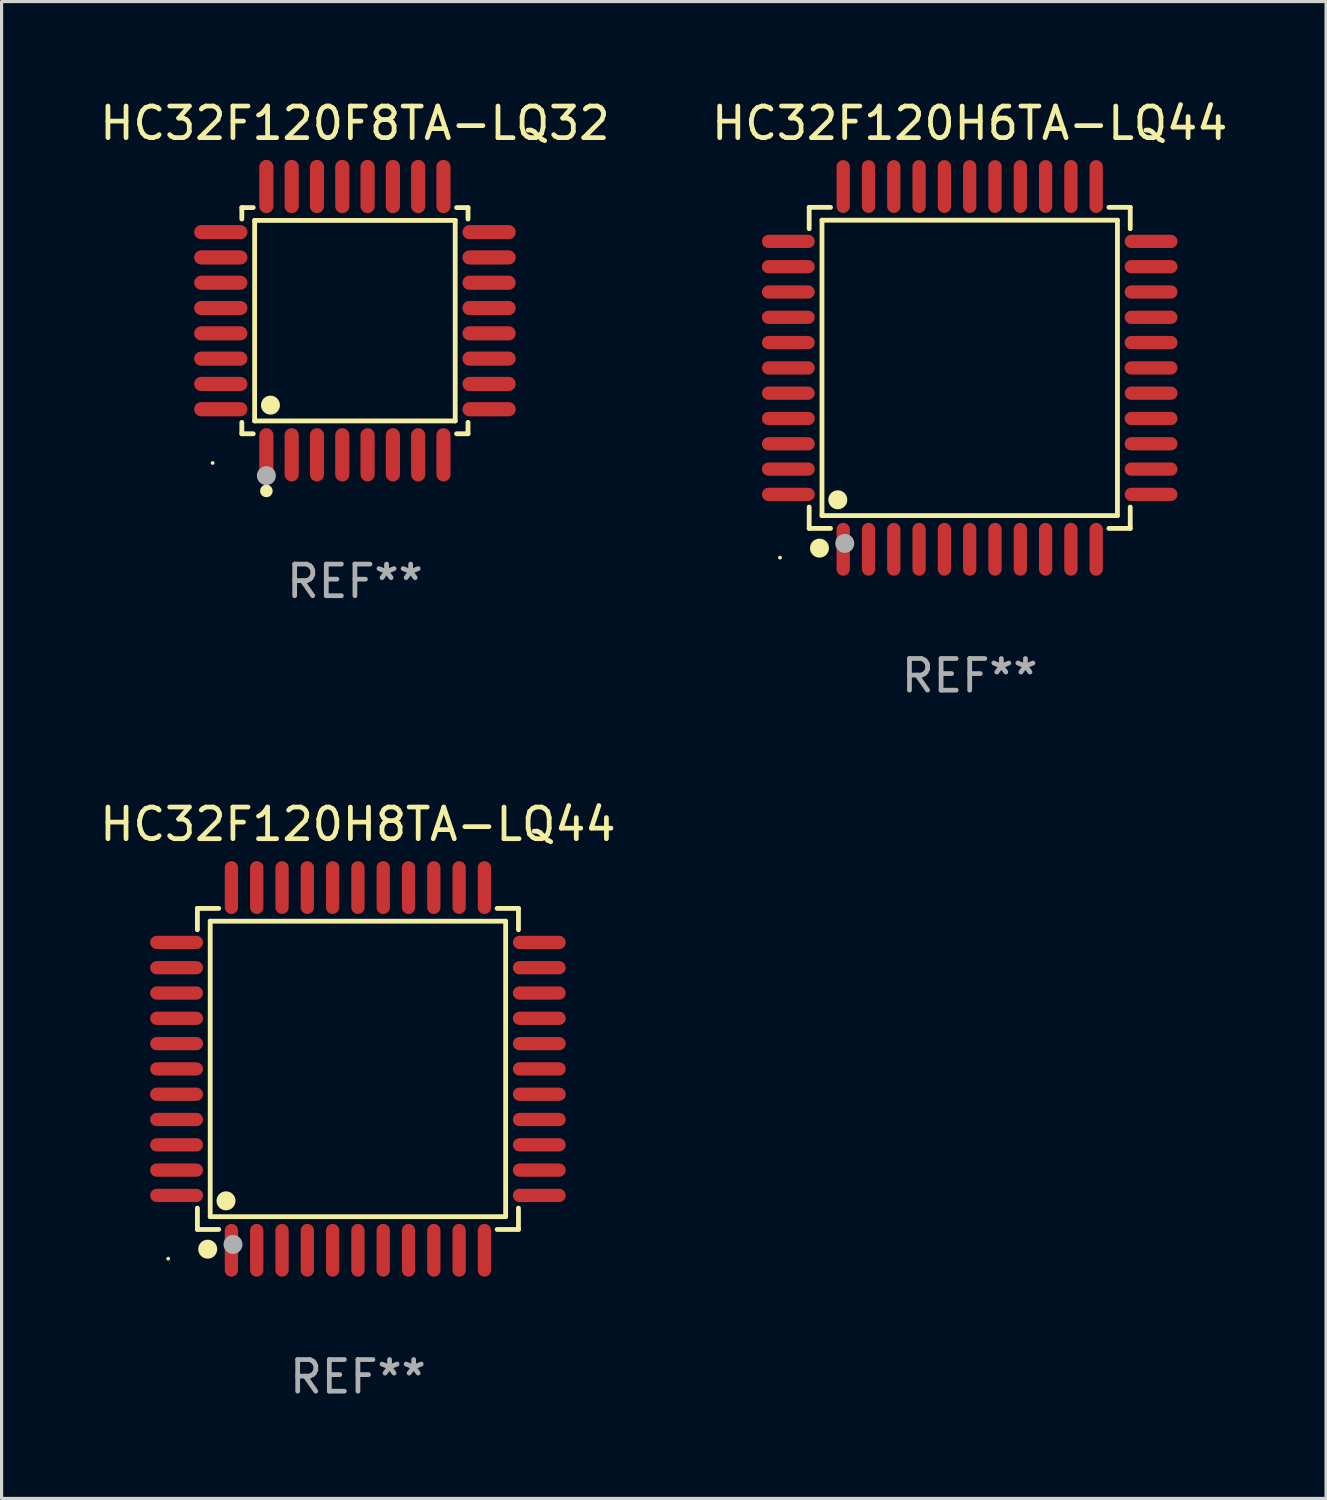
<source format=kicad_pcb>
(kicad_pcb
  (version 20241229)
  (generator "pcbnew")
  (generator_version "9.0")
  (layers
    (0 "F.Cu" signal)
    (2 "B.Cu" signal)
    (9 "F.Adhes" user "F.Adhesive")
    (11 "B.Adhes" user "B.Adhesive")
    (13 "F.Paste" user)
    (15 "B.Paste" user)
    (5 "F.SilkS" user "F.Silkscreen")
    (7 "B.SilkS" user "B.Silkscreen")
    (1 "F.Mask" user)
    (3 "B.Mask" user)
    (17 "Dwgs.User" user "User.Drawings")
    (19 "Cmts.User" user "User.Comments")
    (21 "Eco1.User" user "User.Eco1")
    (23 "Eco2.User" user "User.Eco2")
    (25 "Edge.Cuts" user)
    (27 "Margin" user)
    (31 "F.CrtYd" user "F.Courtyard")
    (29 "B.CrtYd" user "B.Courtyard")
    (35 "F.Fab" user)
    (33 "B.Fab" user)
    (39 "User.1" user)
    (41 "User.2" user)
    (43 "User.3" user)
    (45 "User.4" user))
  (footprint "HC32F120H8TA-LQ44"
    (layer "F.Cu")
    (at 8.268 30.75)
    (property "Reference" "HC32F120H8TA-LQ44" (at 0 -7.735 0) (layer "F.SilkS") (effects (font (size 1 1) (thickness 0.15))))
    (attr through_hole)
    (fp_line (start -5.076 -5.076) (end -4.401 -5.076) (stroke (width 0.152) (type solid)) (layer "F.SilkS"))
    (fp_line (start -5.076 -4.401) (end -5.076 -5.076) (stroke (width 0.152) (type solid)) (layer "F.SilkS"))
    (fp_line (start -5.076 4.401) (end -5.076 5.076) (stroke (width 0.152) (type solid)) (layer "F.SilkS"))
    (fp_line (start -5.076 5.076) (end -4.401 5.076) (stroke (width 0.152) (type solid)) (layer "F.SilkS"))
    (fp_line (start -4.671 -4.671) (end 4.671 -4.671) (stroke (width 0.152) (type solid)) (layer "F.SilkS"))
    (fp_line (start -4.671 4.671) (end -4.671 -4.671) (stroke (width 0.152) (type solid)) (layer "F.SilkS"))
    (fp_line (start 4.671 -4.671) (end 4.671 4.671) (stroke (width 0.152) (type solid)) (layer "F.SilkS"))
    (fp_line (start 4.671 4.671) (end -4.671 4.671) (stroke (width 0.152) (type solid)) (layer "F.SilkS"))
    (fp_line (start 5.076 -5.076) (end 4.401 -5.076) (stroke (width 0.152) (type solid)) (layer "F.SilkS"))
    (fp_line (start 5.076 -4.401) (end 5.076 -5.076) (stroke (width 0.152) (type solid)) (layer "F.SilkS"))
    (fp_line (start 5.076 4.401) (end 5.076 5.076) (stroke (width 0.152) (type solid)) (layer "F.SilkS"))
    (fp_line (start 5.076 5.076) (end 4.401 5.076) (stroke (width 0.152) (type solid)) (layer "F.SilkS"))
    (fp_circle (center -6 6) (end -5.97 6) (stroke (width 0.06) (type solid)) (fill no) (layer "F.SilkS"))
    (fp_circle (center -4.75 5.7) (end -4.6 5.7) (stroke (width 0.3) (type solid)) (fill no) (layer "F.SilkS"))
    (fp_circle (center -4.171 4.171) (end -4.021 4.171) (stroke (width 0.3) (type solid)) (fill no) (layer "F.SilkS"))
    (fp_circle (center -3.95 5.55) (end -3.8 5.55) (stroke (width 0.3) (type solid)) (fill no) (layer "F.Fab"))
    (fp_text user "REF**" (at 0 9.735 0) (layer "F.Fab") (effects (font (size 1 1) (thickness 0.15))))
    (pad "1" smd oval (at -4 5.735) (size 0.42 1.67) (layers "F.Cu" "F.Mask" "F.Paste"))
    (pad "2" smd oval (at -3.2 5.735) (size 0.42 1.67) (layers "F.Cu" "F.Mask" "F.Paste"))
    (pad "3" smd oval (at -2.4 5.735) (size 0.42 1.67) (layers "F.Cu" "F.Mask" "F.Paste"))
    (pad "4" smd oval (at -1.6 5.735) (size 0.42 1.67) (layers "F.Cu" "F.Mask" "F.Paste"))
    (pad "5" smd oval (at -0.8 5.735) (size 0.42 1.67) (layers "F.Cu" "F.Mask" "F.Paste"))
    (pad "6" smd oval (at 0 5.735) (size 0.42 1.67) (layers "F.Cu" "F.Mask" "F.Paste"))
    (pad "7" smd oval (at 0.8 5.735) (size 0.42 1.67) (layers "F.Cu" "F.Mask" "F.Paste"))
    (pad "8" smd oval (at 1.6 5.735) (size 0.42 1.67) (layers "F.Cu" "F.Mask" "F.Paste"))
    (pad "9" smd oval (at 2.4 5.735) (size 0.42 1.67) (layers "F.Cu" "F.Mask" "F.Paste"))
    (pad "10" smd oval (at 3.2 5.735) (size 0.42 1.67) (layers "F.Cu" "F.Mask" "F.Paste"))
    (pad "11" smd oval (at 4 5.735) (size 0.42 1.67) (layers "F.Cu" "F.Mask" "F.Paste"))
    (pad "12" smd oval (at 5.735 4) (size 1.67 0.42) (layers "F.Cu" "F.Mask" "F.Paste"))
    (pad "13" smd oval (at 5.735 3.2) (size 1.67 0.42) (layers "F.Cu" "F.Mask" "F.Paste"))
    (pad "14" smd oval (at 5.735 2.4) (size 1.67 0.42) (layers "F.Cu" "F.Mask" "F.Paste"))
    (pad "15" smd oval (at 5.735 1.6) (size 1.67 0.42) (layers "F.Cu" "F.Mask" "F.Paste"))
    (pad "16" smd oval (at 5.735 0.8) (size 1.67 0.42) (layers "F.Cu" "F.Mask" "F.Paste"))
    (pad "17" smd oval (at 5.735 0) (size 1.67 0.42) (layers "F.Cu" "F.Mask" "F.Paste"))
    (pad "18" smd oval (at 5.735 -0.8) (size 1.67 0.42) (layers "F.Cu" "F.Mask" "F.Paste"))
    (pad "19" smd oval (at 5.735 -1.6) (size 1.67 0.42) (layers "F.Cu" "F.Mask" "F.Paste"))
    (pad "20" smd oval (at 5.735 -2.4) (size 1.67 0.42) (layers "F.Cu" "F.Mask" "F.Paste"))
    (pad "21" smd oval (at 5.735 -3.2) (size 1.67 0.42) (layers "F.Cu" "F.Mask" "F.Paste"))
    (pad "22" smd oval (at 5.735 -4) (size 1.67 0.42) (layers "F.Cu" "F.Mask" "F.Paste"))
    (pad "23" smd oval (at 4 -5.735) (size 0.42 1.67) (layers "F.Cu" "F.Mask" "F.Paste"))
    (pad "24" smd oval (at 3.2 -5.735) (size 0.42 1.67) (layers "F.Cu" "F.Mask" "F.Paste"))
    (pad "25" smd oval (at 2.4 -5.735) (size 0.42 1.67) (layers "F.Cu" "F.Mask" "F.Paste"))
    (pad "26" smd oval (at 1.6 -5.735) (size 0.42 1.67) (layers "F.Cu" "F.Mask" "F.Paste"))
    (pad "27" smd oval (at 0.8 -5.735) (size 0.42 1.67) (layers "F.Cu" "F.Mask" "F.Paste"))
    (pad "28" smd oval (at 0 -5.735) (size 0.42 1.67) (layers "F.Cu" "F.Mask" "F.Paste"))
    (pad "29" smd oval (at -0.8 -5.735) (size 0.42 1.67) (layers "F.Cu" "F.Mask" "F.Paste"))
    (pad "30" smd oval (at -1.6 -5.735) (size 0.42 1.67) (layers "F.Cu" "F.Mask" "F.Paste"))
    (pad "31" smd oval (at -2.4 -5.735) (size 0.42 1.67) (layers "F.Cu" "F.Mask" "F.Paste"))
    (pad "32" smd oval (at -3.2 -5.735) (size 0.42 1.67) (layers "F.Cu" "F.Mask" "F.Paste"))
    (pad "33" smd oval (at -4 -5.735) (size 0.42 1.67) (layers "F.Cu" "F.Mask" "F.Paste"))
    (pad "34" smd oval (at -5.735 -4) (size 1.67 0.42) (layers "F.Cu" "F.Mask" "F.Paste"))
    (pad "35" smd oval (at -5.735 -3.2) (size 1.67 0.42) (layers "F.Cu" "F.Mask" "F.Paste"))
    (pad "36" smd oval (at -5.735 -2.4) (size 1.67 0.42) (layers "F.Cu" "F.Mask" "F.Paste"))
    (pad "37" smd oval (at -5.735 -1.6) (size 1.67 0.42) (layers "F.Cu" "F.Mask" "F.Paste"))
    (pad "38" smd oval (at -5.735 -0.8) (size 1.67 0.42) (layers "F.Cu" "F.Mask" "F.Paste"))
    (pad "39" smd oval (at -5.735 0) (size 1.67 0.42) (layers "F.Cu" "F.Mask" "F.Paste"))
    (pad "40" smd oval (at -5.735 0.8) (size 1.67 0.42) (layers "F.Cu" "F.Mask" "F.Paste"))
    (pad "41" smd oval (at -5.735 1.6) (size 1.67 0.42) (layers "F.Cu" "F.Mask" "F.Paste"))
    (pad "42" smd oval (at -5.735 2.4) (size 1.67 0.42) (layers "F.Cu" "F.Mask" "F.Paste"))
    (pad "43" smd oval (at -5.735 3.2) (size 1.67 0.42) (layers "F.Cu" "F.Mask" "F.Paste"))
    (pad "44" smd oval (at -5.735 4) (size 1.67 0.42) (layers "F.Cu" "F.Mask" "F.Paste")))
  (footprint "HC32F120H6TA-LQ44"
    (layer "F.Cu")
    (at 27.613 8.583)
    (property "Reference" "HC32F120H6TA-LQ44" (at 0 -7.735 0) (layer "F.SilkS") (effects (font (size 1 1) (thickness 0.15))))
    (attr through_hole)
    (fp_line (start -5.076 -5.076) (end -4.401 -5.076) (stroke (width 0.152) (type solid)) (layer "F.SilkS"))
    (fp_line (start -5.076 -4.401) (end -5.076 -5.076) (stroke (width 0.152) (type solid)) (layer "F.SilkS"))
    (fp_line (start -5.076 4.401) (end -5.076 5.076) (stroke (width 0.152) (type solid)) (layer "F.SilkS"))
    (fp_line (start -5.076 5.076) (end -4.401 5.076) (stroke (width 0.152) (type solid)) (layer "F.SilkS"))
    (fp_line (start -4.671 -4.671) (end 4.671 -4.671) (stroke (width 0.152) (type solid)) (layer "F.SilkS"))
    (fp_line (start -4.671 4.671) (end -4.671 -4.671) (stroke (width 0.152) (type solid)) (layer "F.SilkS"))
    (fp_line (start 4.671 -4.671) (end 4.671 4.671) (stroke (width 0.152) (type solid)) (layer "F.SilkS"))
    (fp_line (start 4.671 4.671) (end -4.671 4.671) (stroke (width 0.152) (type solid)) (layer "F.SilkS"))
    (fp_line (start 5.076 -5.076) (end 4.401 -5.076) (stroke (width 0.152) (type solid)) (layer "F.SilkS"))
    (fp_line (start 5.076 -4.401) (end 5.076 -5.076) (stroke (width 0.152) (type solid)) (layer "F.SilkS"))
    (fp_line (start 5.076 4.401) (end 5.076 5.076) (stroke (width 0.152) (type solid)) (layer "F.SilkS"))
    (fp_line (start 5.076 5.076) (end 4.401 5.076) (stroke (width 0.152) (type solid)) (layer "F.SilkS"))
    (fp_circle (center -6 6) (end -5.97 6) (stroke (width 0.06) (type solid)) (fill no) (layer "F.SilkS"))
    (fp_circle (center -4.75 5.7) (end -4.6 5.7) (stroke (width 0.3) (type solid)) (fill no) (layer "F.SilkS"))
    (fp_circle (center -4.171 4.171) (end -4.021 4.171) (stroke (width 0.3) (type solid)) (fill no) (layer "F.SilkS"))
    (fp_circle (center -3.95 5.55) (end -3.8 5.55) (stroke (width 0.3) (type solid)) (fill no) (layer "F.Fab"))
    (fp_text user "REF**" (at 0 9.735 0) (layer "F.Fab") (effects (font (size 1 1) (thickness 0.15))))
    (pad "1" smd oval (at -4 5.735) (size 0.42 1.67) (layers "F.Cu" "F.Mask" "F.Paste"))
    (pad "2" smd oval (at -3.2 5.735) (size 0.42 1.67) (layers "F.Cu" "F.Mask" "F.Paste"))
    (pad "3" smd oval (at -2.4 5.735) (size 0.42 1.67) (layers "F.Cu" "F.Mask" "F.Paste"))
    (pad "4" smd oval (at -1.6 5.735) (size 0.42 1.67) (layers "F.Cu" "F.Mask" "F.Paste"))
    (pad "5" smd oval (at -0.8 5.735) (size 0.42 1.67) (layers "F.Cu" "F.Mask" "F.Paste"))
    (pad "6" smd oval (at 0 5.735) (size 0.42 1.67) (layers "F.Cu" "F.Mask" "F.Paste"))
    (pad "7" smd oval (at 0.8 5.735) (size 0.42 1.67) (layers "F.Cu" "F.Mask" "F.Paste"))
    (pad "8" smd oval (at 1.6 5.735) (size 0.42 1.67) (layers "F.Cu" "F.Mask" "F.Paste"))
    (pad "9" smd oval (at 2.4 5.735) (size 0.42 1.67) (layers "F.Cu" "F.Mask" "F.Paste"))
    (pad "10" smd oval (at 3.2 5.735) (size 0.42 1.67) (layers "F.Cu" "F.Mask" "F.Paste"))
    (pad "11" smd oval (at 4 5.735) (size 0.42 1.67) (layers "F.Cu" "F.Mask" "F.Paste"))
    (pad "12" smd oval (at 5.735 4) (size 1.67 0.42) (layers "F.Cu" "F.Mask" "F.Paste"))
    (pad "13" smd oval (at 5.735 3.2) (size 1.67 0.42) (layers "F.Cu" "F.Mask" "F.Paste"))
    (pad "14" smd oval (at 5.735 2.4) (size 1.67 0.42) (layers "F.Cu" "F.Mask" "F.Paste"))
    (pad "15" smd oval (at 5.735 1.6) (size 1.67 0.42) (layers "F.Cu" "F.Mask" "F.Paste"))
    (pad "16" smd oval (at 5.735 0.8) (size 1.67 0.42) (layers "F.Cu" "F.Mask" "F.Paste"))
    (pad "17" smd oval (at 5.735 0) (size 1.67 0.42) (layers "F.Cu" "F.Mask" "F.Paste"))
    (pad "18" smd oval (at 5.735 -0.8) (size 1.67 0.42) (layers "F.Cu" "F.Mask" "F.Paste"))
    (pad "19" smd oval (at 5.735 -1.6) (size 1.67 0.42) (layers "F.Cu" "F.Mask" "F.Paste"))
    (pad "20" smd oval (at 5.735 -2.4) (size 1.67 0.42) (layers "F.Cu" "F.Mask" "F.Paste"))
    (pad "21" smd oval (at 5.735 -3.2) (size 1.67 0.42) (layers "F.Cu" "F.Mask" "F.Paste"))
    (pad "22" smd oval (at 5.735 -4) (size 1.67 0.42) (layers "F.Cu" "F.Mask" "F.Paste"))
    (pad "23" smd oval (at 4 -5.735) (size 0.42 1.67) (layers "F.Cu" "F.Mask" "F.Paste"))
    (pad "24" smd oval (at 3.2 -5.735) (size 0.42 1.67) (layers "F.Cu" "F.Mask" "F.Paste"))
    (pad "25" smd oval (at 2.4 -5.735) (size 0.42 1.67) (layers "F.Cu" "F.Mask" "F.Paste"))
    (pad "26" smd oval (at 1.6 -5.735) (size 0.42 1.67) (layers "F.Cu" "F.Mask" "F.Paste"))
    (pad "27" smd oval (at 0.8 -5.735) (size 0.42 1.67) (layers "F.Cu" "F.Mask" "F.Paste"))
    (pad "28" smd oval (at 0 -5.735) (size 0.42 1.67) (layers "F.Cu" "F.Mask" "F.Paste"))
    (pad "29" smd oval (at -0.8 -5.735) (size 0.42 1.67) (layers "F.Cu" "F.Mask" "F.Paste"))
    (pad "30" smd oval (at -1.6 -5.735) (size 0.42 1.67) (layers "F.Cu" "F.Mask" "F.Paste"))
    (pad "31" smd oval (at -2.4 -5.735) (size 0.42 1.67) (layers "F.Cu" "F.Mask" "F.Paste"))
    (pad "32" smd oval (at -3.2 -5.735) (size 0.42 1.67) (layers "F.Cu" "F.Mask" "F.Paste"))
    (pad "33" smd oval (at -4 -5.735) (size 0.42 1.67) (layers "F.Cu" "F.Mask" "F.Paste"))
    (pad "34" smd oval (at -5.735 -4) (size 1.67 0.42) (layers "F.Cu" "F.Mask" "F.Paste"))
    (pad "35" smd oval (at -5.735 -3.2) (size 1.67 0.42) (layers "F.Cu" "F.Mask" "F.Paste"))
    (pad "36" smd oval (at -5.735 -2.4) (size 1.67 0.42) (layers "F.Cu" "F.Mask" "F.Paste"))
    (pad "37" smd oval (at -5.735 -1.6) (size 1.67 0.42) (layers "F.Cu" "F.Mask" "F.Paste"))
    (pad "38" smd oval (at -5.735 -0.8) (size 1.67 0.42) (layers "F.Cu" "F.Mask" "F.Paste"))
    (pad "39" smd oval (at -5.735 0) (size 1.67 0.42) (layers "F.Cu" "F.Mask" "F.Paste"))
    (pad "40" smd oval (at -5.735 0.8) (size 1.67 0.42) (layers "F.Cu" "F.Mask" "F.Paste"))
    (pad "41" smd oval (at -5.735 1.6) (size 1.67 0.42) (layers "F.Cu" "F.Mask" "F.Paste"))
    (pad "42" smd oval (at -5.735 2.4) (size 1.67 0.42) (layers "F.Cu" "F.Mask" "F.Paste"))
    (pad "43" smd oval (at -5.735 3.2) (size 1.67 0.42) (layers "F.Cu" "F.Mask" "F.Paste"))
    (pad "44" smd oval (at -5.735 4) (size 1.67 0.42) (layers "F.Cu" "F.Mask" "F.Paste")))
  (footprint "HC32F120F8TA-LQ32"
    (layer "F.Cu")
    (at 8.173 7.09)
    (property "Reference" "HC32F120F8TA-LQ32" (at 0 -6.242 0) (layer "F.SilkS") (effects (font (size 1 1) (thickness 0.15))))
    (attr through_hole)
    (fp_line (start -3.576 -3.576) (end -3.215 -3.576) (stroke (width 0.152) (type solid)) (layer "F.SilkS"))
    (fp_line (start -3.576 -3.215) (end -3.576 -3.576) (stroke (width 0.152) (type solid)) (layer "F.SilkS"))
    (fp_line (start -3.576 3.215) (end -3.576 3.576) (stroke (width 0.152) (type solid)) (layer "F.SilkS"))
    (fp_line (start -3.576 3.576) (end -3.215 3.576) (stroke (width 0.152) (type solid)) (layer "F.SilkS"))
    (fp_line (start -3.171 -3.171) (end 3.171 -3.171) (stroke (width 0.152) (type solid)) (layer "F.SilkS"))
    (fp_line (start -3.171 3.171) (end -3.171 -3.171) (stroke (width 0.152) (type solid)) (layer "F.SilkS"))
    (fp_line (start 3.171 -3.171) (end 3.171 3.171) (stroke (width 0.152) (type solid)) (layer "F.SilkS"))
    (fp_line (start 3.171 3.171) (end -3.171 3.171) (stroke (width 0.152) (type solid)) (layer "F.SilkS"))
    (fp_line (start 3.576 -3.576) (end 3.215 -3.576) (stroke (width 0.152) (type solid)) (layer "F.SilkS"))
    (fp_line (start 3.576 -3.215) (end 3.576 -3.576) (stroke (width 0.152) (type solid)) (layer "F.SilkS"))
    (fp_line (start 3.576 3.215) (end 3.576 3.576) (stroke (width 0.152) (type solid)) (layer "F.SilkS"))
    (fp_line (start 3.576 3.576) (end 3.215 3.576) (stroke (width 0.152) (type solid)) (layer "F.SilkS"))
    (fp_circle (center -4.5 4.5) (end -4.47 4.5) (stroke (width 0.06) (type solid)) (fill no) (layer "F.SilkS"))
    (fp_circle (center -2.8 5.384) (end -2.7 5.384) (stroke (width 0.2) (type solid)) (fill no) (layer "F.SilkS"))
    (fp_circle (center -2.671 2.671) (end -2.521 2.671) (stroke (width 0.3) (type solid)) (fill no) (layer "F.SilkS"))
    (fp_circle (center -2.8 4.9) (end -2.65 4.9) (stroke (width 0.3) (type solid)) (fill no) (layer "F.Fab"))
    (fp_text user "REF**" (at 0 8.242 0) (layer "F.Fab") (effects (font (size 1 1) (thickness 0.15))))
    (pad "1" smd oval (at -2.8 4.242) (size 0.448 1.684) (layers "F.Cu" "F.Mask" "F.Paste"))
    (pad "2" smd oval (at -2 4.242) (size 0.448 1.684) (layers "F.Cu" "F.Mask" "F.Paste"))
    (pad "3" smd oval (at -1.2 4.242) (size 0.448 1.684) (layers "F.Cu" "F.Mask" "F.Paste"))
    (pad "4" smd oval (at -0.4 4.242) (size 0.448 1.684) (layers "F.Cu" "F.Mask" "F.Paste"))
    (pad "5" smd oval (at 0.4 4.242) (size 0.448 1.684) (layers "F.Cu" "F.Mask" "F.Paste"))
    (pad "6" smd oval (at 1.2 4.242) (size 0.448 1.684) (layers "F.Cu" "F.Mask" "F.Paste"))
    (pad "7" smd oval (at 2 4.242) (size 0.448 1.684) (layers "F.Cu" "F.Mask" "F.Paste"))
    (pad "8" smd oval (at 2.8 4.242) (size 0.448 1.684) (layers "F.Cu" "F.Mask" "F.Paste"))
    (pad "9" smd oval (at 4.242 2.8) (size 1.684 0.448) (layers "F.Cu" "F.Mask" "F.Paste"))
    (pad "10" smd oval (at 4.242 2) (size 1.684 0.448) (layers "F.Cu" "F.Mask" "F.Paste"))
    (pad "11" smd oval (at 4.242 1.2) (size 1.684 0.448) (layers "F.Cu" "F.Mask" "F.Paste"))
    (pad "12" smd oval (at 4.242 0.4) (size 1.684 0.448) (layers "F.Cu" "F.Mask" "F.Paste"))
    (pad "13" smd oval (at 4.242 -0.4) (size 1.684 0.448) (layers "F.Cu" "F.Mask" "F.Paste"))
    (pad "14" smd oval (at 4.242 -1.2) (size 1.684 0.448) (layers "F.Cu" "F.Mask" "F.Paste"))
    (pad "15" smd oval (at 4.242 -2) (size 1.684 0.448) (layers "F.Cu" "F.Mask" "F.Paste"))
    (pad "16" smd oval (at 4.242 -2.8) (size 1.684 0.448) (layers "F.Cu" "F.Mask" "F.Paste"))
    (pad "17" smd oval (at 2.8 -4.242) (size 0.448 1.684) (layers "F.Cu" "F.Mask" "F.Paste"))
    (pad "18" smd oval (at 2 -4.242) (size 0.448 1.684) (layers "F.Cu" "F.Mask" "F.Paste"))
    (pad "19" smd oval (at 1.2 -4.242) (size 0.448 1.684) (layers "F.Cu" "F.Mask" "F.Paste"))
    (pad "20" smd oval (at 0.4 -4.242) (size 0.448 1.684) (layers "F.Cu" "F.Mask" "F.Paste"))
    (pad "21" smd oval (at -0.4 -4.242) (size 0.448 1.684) (layers "F.Cu" "F.Mask" "F.Paste"))
    (pad "22" smd oval (at -1.2 -4.242) (size 0.448 1.684) (layers "F.Cu" "F.Mask" "F.Paste"))
    (pad "23" smd oval (at -2 -4.242) (size 0.448 1.684) (layers "F.Cu" "F.Mask" "F.Paste"))
    (pad "24" smd oval (at -2.8 -4.242) (size 0.448 1.684) (layers "F.Cu" "F.Mask" "F.Paste"))
    (pad "25" smd oval (at -4.242 -2.8) (size 1.684 0.448) (layers "F.Cu" "F.Mask" "F.Paste"))
    (pad "26" smd oval (at -4.242 -2) (size 1.684 0.448) (layers "F.Cu" "F.Mask" "F.Paste"))
    (pad "27" smd oval (at -4.242 -1.2) (size 1.684 0.448) (layers "F.Cu" "F.Mask" "F.Paste"))
    (pad "28" smd oval (at -4.242 -0.4) (size 1.684 0.448) (layers "F.Cu" "F.Mask" "F.Paste"))
    (pad "29" smd oval (at -4.242 0.4) (size 1.684 0.448) (layers "F.Cu" "F.Mask" "F.Paste"))
    (pad "30" smd oval (at -4.242 1.2) (size 1.684 0.448) (layers "F.Cu" "F.Mask" "F.Paste"))
    (pad "31" smd oval (at -4.242 2) (size 1.684 0.448) (layers "F.Cu" "F.Mask" "F.Paste"))
    (pad "32" smd oval (at -4.242 2.8) (size 1.684 0.448) (layers "F.Cu" "F.Mask" "F.Paste")))
  (gr_rect
    (start -3 -3)
    (end 38.881 44.333)
    (stroke (width 0.1) (type default))
    (fill no)
    (layer "Edge.Cuts")))
</source>
